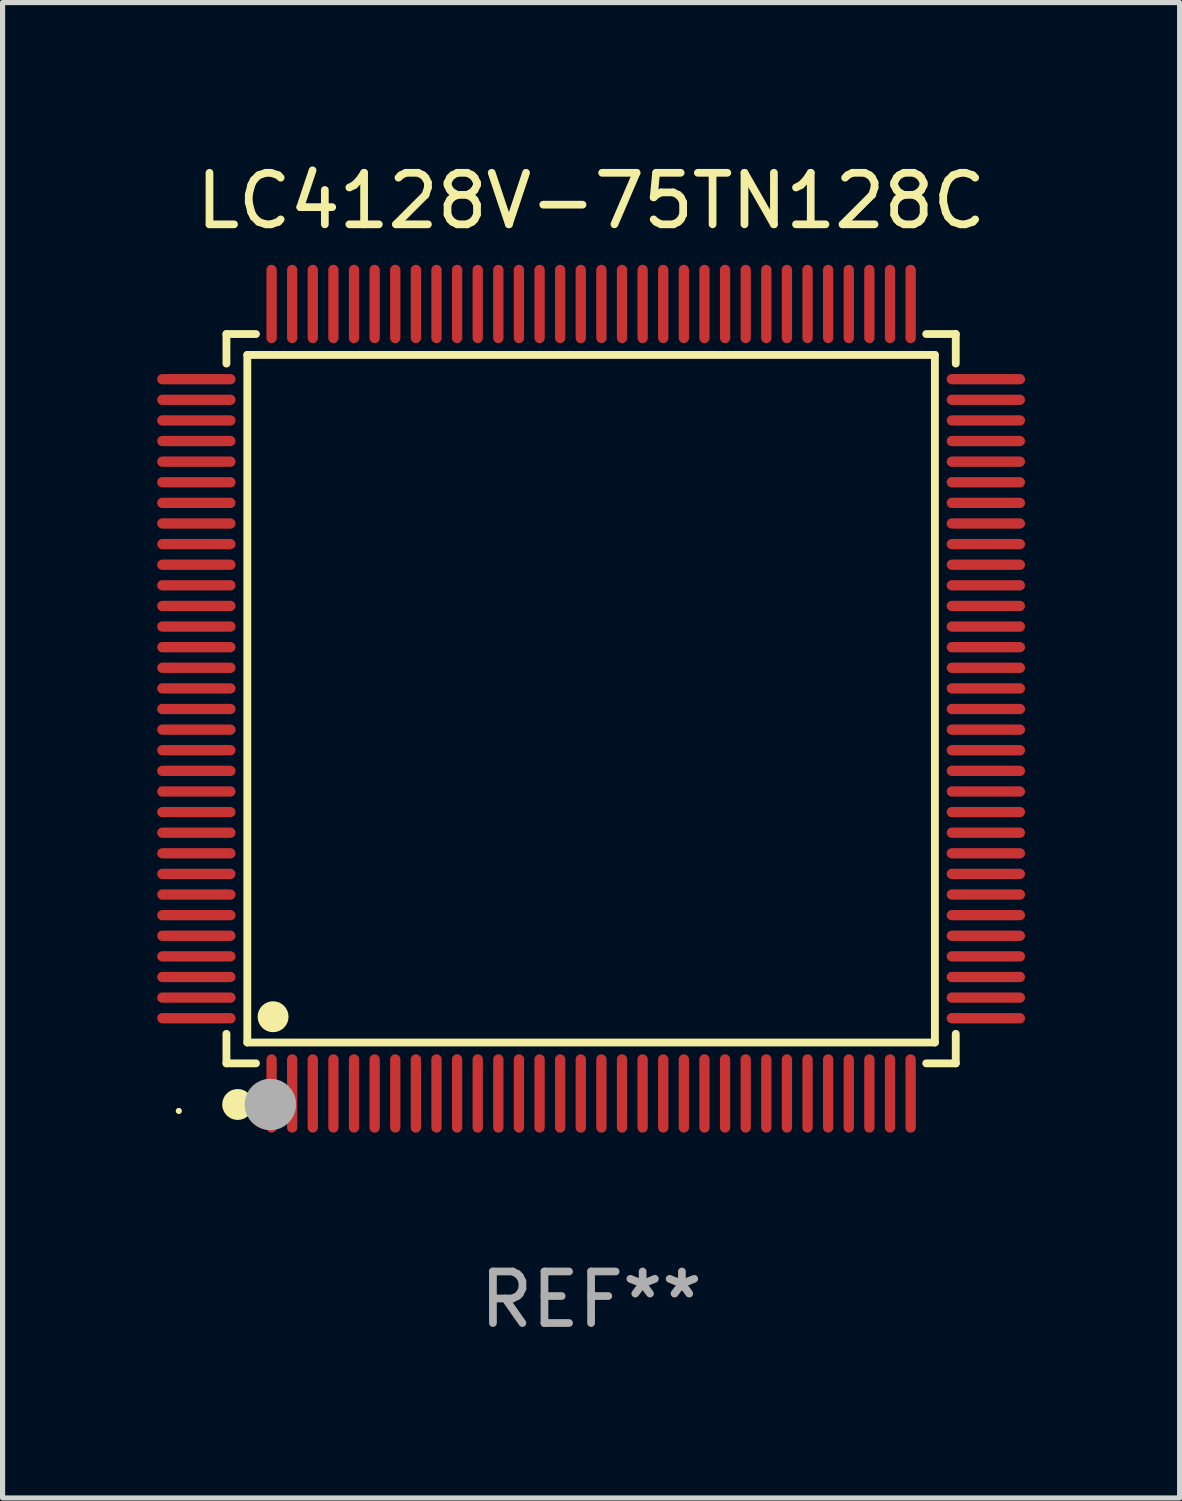
<source format=kicad_pcb>
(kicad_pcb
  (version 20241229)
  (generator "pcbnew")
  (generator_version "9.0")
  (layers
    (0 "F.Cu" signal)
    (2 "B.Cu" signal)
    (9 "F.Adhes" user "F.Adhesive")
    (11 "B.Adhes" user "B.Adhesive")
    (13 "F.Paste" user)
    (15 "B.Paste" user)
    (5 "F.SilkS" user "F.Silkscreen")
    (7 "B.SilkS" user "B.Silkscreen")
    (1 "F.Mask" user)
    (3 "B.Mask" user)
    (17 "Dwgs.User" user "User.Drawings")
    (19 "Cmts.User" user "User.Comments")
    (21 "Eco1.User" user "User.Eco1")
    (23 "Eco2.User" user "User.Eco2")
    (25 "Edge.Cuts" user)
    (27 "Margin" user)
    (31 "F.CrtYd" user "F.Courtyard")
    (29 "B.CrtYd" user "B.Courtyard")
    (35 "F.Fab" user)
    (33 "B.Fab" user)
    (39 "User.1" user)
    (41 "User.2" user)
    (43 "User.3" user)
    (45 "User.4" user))
  (footprint "LC4128V-75TN128C"
    (layer "F.Cu")
    (at 8.42 10.508)
    (property "Reference" "LC4128V-75TN128C" (at 0 -9.66 0) (layer "F.SilkS") (effects (font (size 1 1) (thickness 0.15))))
    (attr through_hole)
    (fp_line (start -7.076 -7.076) (end -6.503 -7.076) (stroke (width 0.152) (type solid)) (layer "F.SilkS"))
    (fp_line (start -7.076 -6.503) (end -7.076 -7.076) (stroke (width 0.152) (type solid)) (layer "F.SilkS"))
    (fp_line (start -7.076 6.503) (end -7.076 7.076) (stroke (width 0.152) (type solid)) (layer "F.SilkS"))
    (fp_line (start -7.076 7.076) (end -6.503 7.076) (stroke (width 0.152) (type solid)) (layer "F.SilkS"))
    (fp_line (start -6.671 -6.671) (end 6.671 -6.671) (stroke (width 0.152) (type solid)) (layer "F.SilkS"))
    (fp_line (start -6.671 6.671) (end -6.671 -6.671) (stroke (width 0.152) (type solid)) (layer "F.SilkS"))
    (fp_line (start 6.671 -6.671) (end 6.671 6.671) (stroke (width 0.152) (type solid)) (layer "F.SilkS"))
    (fp_line (start 6.671 6.671) (end -6.671 6.671) (stroke (width 0.152) (type solid)) (layer "F.SilkS"))
    (fp_line (start 7.076 -7.076) (end 6.503 -7.076) (stroke (width 0.152) (type solid)) (layer "F.SilkS"))
    (fp_line (start 7.076 -6.503) (end 7.076 -7.076) (stroke (width 0.152) (type solid)) (layer "F.SilkS"))
    (fp_line (start 7.076 6.503) (end 7.076 7.076) (stroke (width 0.152) (type solid)) (layer "F.SilkS"))
    (fp_line (start 7.076 7.076) (end 6.503 7.076) (stroke (width 0.152) (type solid)) (layer "F.SilkS"))
    (fp_circle (center -8 8) (end -7.97 8) (stroke (width 0.06) (type solid)) (fill no) (layer "F.SilkS"))
    (fp_circle (center -6.858 7.874) (end -6.708 7.874) (stroke (width 0.3) (type solid)) (fill no) (layer "F.SilkS"))
    (fp_circle (center -6.171 6.171) (end -6.021 6.171) (stroke (width 0.3) (type solid)) (fill no) (layer "F.SilkS"))
    (fp_circle (center -6.223 7.874) (end -5.973 7.874) (stroke (width 0.5) (type solid)) (fill no) (layer "F.Fab"))
    (fp_text user "REF**" (at 0 11.66 0) (layer "F.Fab") (effects (font (size 1 1) (thickness 0.15))))
    (pad "1" smd oval (at -6.2 7.66) (size 0.2 1.52) (layers "F.Cu" "F.Mask" "F.Paste"))
    (pad "2" smd oval (at -5.8 7.66) (size 0.2 1.52) (layers "F.Cu" "F.Mask" "F.Paste"))
    (pad "3" smd oval (at -5.4 7.66) (size 0.2 1.52) (layers "F.Cu" "F.Mask" "F.Paste"))
    (pad "4" smd oval (at -5 7.66) (size 0.2 1.52) (layers "F.Cu" "F.Mask" "F.Paste"))
    (pad "5" smd oval (at -4.6 7.66) (size 0.2 1.52) (layers "F.Cu" "F.Mask" "F.Paste"))
    (pad "6" smd oval (at -4.2 7.66) (size 0.2 1.52) (layers "F.Cu" "F.Mask" "F.Paste"))
    (pad "7" smd oval (at -3.8 7.66) (size 0.2 1.52) (layers "F.Cu" "F.Mask" "F.Paste"))
    (pad "8" smd oval (at -3.4 7.66) (size 0.2 1.52) (layers "F.Cu" "F.Mask" "F.Paste"))
    (pad "9" smd oval (at -3 7.66) (size 0.2 1.52) (layers "F.Cu" "F.Mask" "F.Paste"))
    (pad "10" smd oval (at -2.6 7.66) (size 0.2 1.52) (layers "F.Cu" "F.Mask" "F.Paste"))
    (pad "11" smd oval (at -2.2 7.66) (size 0.2 1.52) (layers "F.Cu" "F.Mask" "F.Paste"))
    (pad "12" smd oval (at -1.8 7.66) (size 0.2 1.52) (layers "F.Cu" "F.Mask" "F.Paste"))
    (pad "13" smd oval (at -1.4 7.66) (size 0.2 1.52) (layers "F.Cu" "F.Mask" "F.Paste"))
    (pad "14" smd oval (at -1 7.66) (size 0.2 1.52) (layers "F.Cu" "F.Mask" "F.Paste"))
    (pad "15" smd oval (at -0.6 7.66) (size 0.2 1.52) (layers "F.Cu" "F.Mask" "F.Paste"))
    (pad "16" smd oval (at -0.2 7.66) (size 0.2 1.52) (layers "F.Cu" "F.Mask" "F.Paste"))
    (pad "17" smd oval (at 0.2 7.66) (size 0.2 1.52) (layers "F.Cu" "F.Mask" "F.Paste"))
    (pad "18" smd oval (at 0.6 7.66) (size 0.2 1.52) (layers "F.Cu" "F.Mask" "F.Paste"))
    (pad "19" smd oval (at 1 7.66) (size 0.2 1.52) (layers "F.Cu" "F.Mask" "F.Paste"))
    (pad "20" smd oval (at 1.4 7.66) (size 0.2 1.52) (layers "F.Cu" "F.Mask" "F.Paste"))
    (pad "21" smd oval (at 1.8 7.66) (size 0.2 1.52) (layers "F.Cu" "F.Mask" "F.Paste"))
    (pad "22" smd oval (at 2.2 7.66) (size 0.2 1.52) (layers "F.Cu" "F.Mask" "F.Paste"))
    (pad "23" smd oval (at 2.6 7.66) (size 0.2 1.52) (layers "F.Cu" "F.Mask" "F.Paste"))
    (pad "24" smd oval (at 3 7.66) (size 0.2 1.52) (layers "F.Cu" "F.Mask" "F.Paste"))
    (pad "25" smd oval (at 3.4 7.66) (size 0.2 1.52) (layers "F.Cu" "F.Mask" "F.Paste"))
    (pad "26" smd oval (at 3.8 7.66) (size 0.2 1.52) (layers "F.Cu" "F.Mask" "F.Paste"))
    (pad "27" smd oval (at 4.2 7.66) (size 0.2 1.52) (layers "F.Cu" "F.Mask" "F.Paste"))
    (pad "28" smd oval (at 4.6 7.66) (size 0.2 1.52) (layers "F.Cu" "F.Mask" "F.Paste"))
    (pad "29" smd oval (at 5 7.66) (size 0.2 1.52) (layers "F.Cu" "F.Mask" "F.Paste"))
    (pad "30" smd oval (at 5.4 7.66) (size 0.2 1.52) (layers "F.Cu" "F.Mask" "F.Paste"))
    (pad "31" smd oval (at 5.8 7.66) (size 0.2 1.52) (layers "F.Cu" "F.Mask" "F.Paste"))
    (pad "32" smd oval (at 6.2 7.66) (size 0.2 1.52) (layers "F.Cu" "F.Mask" "F.Paste"))
    (pad "33" smd oval (at 7.66 6.2) (size 1.52 0.2) (layers "F.Cu" "F.Mask" "F.Paste"))
    (pad "34" smd oval (at 7.66 5.8) (size 1.52 0.2) (layers "F.Cu" "F.Mask" "F.Paste"))
    (pad "35" smd oval (at 7.66 5.4) (size 1.52 0.2) (layers "F.Cu" "F.Mask" "F.Paste"))
    (pad "36" smd oval (at 7.66 5) (size 1.52 0.2) (layers "F.Cu" "F.Mask" "F.Paste"))
    (pad "37" smd oval (at 7.66 4.6) (size 1.52 0.2) (layers "F.Cu" "F.Mask" "F.Paste"))
    (pad "38" smd oval (at 7.66 4.2) (size 1.52 0.2) (layers "F.Cu" "F.Mask" "F.Paste"))
    (pad "39" smd oval (at 7.66 3.8) (size 1.52 0.2) (layers "F.Cu" "F.Mask" "F.Paste"))
    (pad "40" smd oval (at 7.66 3.4) (size 1.52 0.2) (layers "F.Cu" "F.Mask" "F.Paste"))
    (pad "41" smd oval (at 7.66 3) (size 1.52 0.2) (layers "F.Cu" "F.Mask" "F.Paste"))
    (pad "42" smd oval (at 7.66 2.6) (size 1.52 0.2) (layers "F.Cu" "F.Mask" "F.Paste"))
    (pad "43" smd oval (at 7.66 2.2) (size 1.52 0.2) (layers "F.Cu" "F.Mask" "F.Paste"))
    (pad "44" smd oval (at 7.66 1.8) (size 1.52 0.2) (layers "F.Cu" "F.Mask" "F.Paste"))
    (pad "45" smd oval (at 7.66 1.4) (size 1.52 0.2) (layers "F.Cu" "F.Mask" "F.Paste"))
    (pad "46" smd oval (at 7.66 1) (size 1.52 0.2) (layers "F.Cu" "F.Mask" "F.Paste"))
    (pad "47" smd oval (at 7.66 0.6) (size 1.52 0.2) (layers "F.Cu" "F.Mask" "F.Paste"))
    (pad "48" smd oval (at 7.66 0.2) (size 1.52 0.2) (layers "F.Cu" "F.Mask" "F.Paste"))
    (pad "49" smd oval (at 7.66 -0.2) (size 1.52 0.2) (layers "F.Cu" "F.Mask" "F.Paste"))
    (pad "50" smd oval (at 7.66 -0.6) (size 1.52 0.2) (layers "F.Cu" "F.Mask" "F.Paste"))
    (pad "51" smd oval (at 7.66 -1) (size 1.52 0.2) (layers "F.Cu" "F.Mask" "F.Paste"))
    (pad "52" smd oval (at 7.66 -1.4) (size 1.52 0.2) (layers "F.Cu" "F.Mask" "F.Paste"))
    (pad "53" smd oval (at 7.66 -1.8) (size 1.52 0.2) (layers "F.Cu" "F.Mask" "F.Paste"))
    (pad "54" smd oval (at 7.66 -2.2) (size 1.52 0.2) (layers "F.Cu" "F.Mask" "F.Paste"))
    (pad "55" smd oval (at 7.66 -2.6) (size 1.52 0.2) (layers "F.Cu" "F.Mask" "F.Paste"))
    (pad "56" smd oval (at 7.66 -3) (size 1.52 0.2) (layers "F.Cu" "F.Mask" "F.Paste"))
    (pad "57" smd oval (at 7.66 -3.4) (size 1.52 0.2) (layers "F.Cu" "F.Mask" "F.Paste"))
    (pad "58" smd oval (at 7.66 -3.8) (size 1.52 0.2) (layers "F.Cu" "F.Mask" "F.Paste"))
    (pad "59" smd oval (at 7.66 -4.2) (size 1.52 0.2) (layers "F.Cu" "F.Mask" "F.Paste"))
    (pad "60" smd oval (at 7.66 -4.6) (size 1.52 0.2) (layers "F.Cu" "F.Mask" "F.Paste"))
    (pad "61" smd oval (at 7.66 -5) (size 1.52 0.2) (layers "F.Cu" "F.Mask" "F.Paste"))
    (pad "62" smd oval (at 7.66 -5.4) (size 1.52 0.2) (layers "F.Cu" "F.Mask" "F.Paste"))
    (pad "63" smd oval (at 7.66 -5.8) (size 1.52 0.2) (layers "F.Cu" "F.Mask" "F.Paste"))
    (pad "64" smd oval (at 7.66 -6.2) (size 1.52 0.2) (layers "F.Cu" "F.Mask" "F.Paste"))
    (pad "65" smd oval (at 6.2 -7.66) (size 0.2 1.52) (layers "F.Cu" "F.Mask" "F.Paste"))
    (pad "66" smd oval (at 5.8 -7.66) (size 0.2 1.52) (layers "F.Cu" "F.Mask" "F.Paste"))
    (pad "67" smd oval (at 5.4 -7.66) (size 0.2 1.52) (layers "F.Cu" "F.Mask" "F.Paste"))
    (pad "68" smd oval (at 5 -7.66) (size 0.2 1.52) (layers "F.Cu" "F.Mask" "F.Paste"))
    (pad "69" smd oval (at 4.6 -7.66) (size 0.2 1.52) (layers "F.Cu" "F.Mask" "F.Paste"))
    (pad "70" smd oval (at 4.2 -7.66) (size 0.2 1.52) (layers "F.Cu" "F.Mask" "F.Paste"))
    (pad "71" smd oval (at 3.8 -7.66) (size 0.2 1.52) (layers "F.Cu" "F.Mask" "F.Paste"))
    (pad "72" smd oval (at 3.4 -7.66) (size 0.2 1.52) (layers "F.Cu" "F.Mask" "F.Paste"))
    (pad "73" smd oval (at 3 -7.66) (size 0.2 1.52) (layers "F.Cu" "F.Mask" "F.Paste"))
    (pad "74" smd oval (at 2.6 -7.66) (size 0.2 1.52) (layers "F.Cu" "F.Mask" "F.Paste"))
    (pad "75" smd oval (at 2.2 -7.66) (size 0.2 1.52) (layers "F.Cu" "F.Mask" "F.Paste"))
    (pad "76" smd oval (at 1.8 -7.66) (size 0.2 1.52) (layers "F.Cu" "F.Mask" "F.Paste"))
    (pad "77" smd oval (at 1.4 -7.66) (size 0.2 1.52) (layers "F.Cu" "F.Mask" "F.Paste"))
    (pad "78" smd oval (at 1 -7.66) (size 0.2 1.52) (layers "F.Cu" "F.Mask" "F.Paste"))
    (pad "79" smd oval (at 0.6 -7.66) (size 0.2 1.52) (layers "F.Cu" "F.Mask" "F.Paste"))
    (pad "80" smd oval (at 0.2 -7.66) (size 0.2 1.52) (layers "F.Cu" "F.Mask" "F.Paste"))
    (pad "81" smd oval (at -0.2 -7.66) (size 0.2 1.52) (layers "F.Cu" "F.Mask" "F.Paste"))
    (pad "82" smd oval (at -0.6 -7.66) (size 0.2 1.52) (layers "F.Cu" "F.Mask" "F.Paste"))
    (pad "83" smd oval (at -1 -7.66) (size 0.2 1.52) (layers "F.Cu" "F.Mask" "F.Paste"))
    (pad "84" smd oval (at -1.4 -7.66) (size 0.2 1.52) (layers "F.Cu" "F.Mask" "F.Paste"))
    (pad "85" smd oval (at -1.8 -7.66) (size 0.2 1.52) (layers "F.Cu" "F.Mask" "F.Paste"))
    (pad "86" smd oval (at -2.2 -7.66) (size 0.2 1.52) (layers "F.Cu" "F.Mask" "F.Paste"))
    (pad "87" smd oval (at -2.6 -7.66) (size 0.2 1.52) (layers "F.Cu" "F.Mask" "F.Paste"))
    (pad "88" smd oval (at -3 -7.66) (size 0.2 1.52) (layers "F.Cu" "F.Mask" "F.Paste"))
    (pad "89" smd oval (at -3.4 -7.66) (size 0.2 1.52) (layers "F.Cu" "F.Mask" "F.Paste"))
    (pad "90" smd oval (at -3.8 -7.66) (size 0.2 1.52) (layers "F.Cu" "F.Mask" "F.Paste"))
    (pad "91" smd oval (at -4.2 -7.66) (size 0.2 1.52) (layers "F.Cu" "F.Mask" "F.Paste"))
    (pad "92" smd oval (at -4.6 -7.66) (size 0.2 1.52) (layers "F.Cu" "F.Mask" "F.Paste"))
    (pad "93" smd oval (at -5 -7.66) (size 0.2 1.52) (layers "F.Cu" "F.Mask" "F.Paste"))
    (pad "94" smd oval (at -5.4 -7.66) (size 0.2 1.52) (layers "F.Cu" "F.Mask" "F.Paste"))
    (pad "95" smd oval (at -5.8 -7.66) (size 0.2 1.52) (layers "F.Cu" "F.Mask" "F.Paste"))
    (pad "96" smd oval (at -6.2 -7.66) (size 0.2 1.52) (layers "F.Cu" "F.Mask" "F.Paste"))
    (pad "97" smd oval (at -7.66 -6.2) (size 1.52 0.2) (layers "F.Cu" "F.Mask" "F.Paste"))
    (pad "98" smd oval (at -7.66 -5.8) (size 1.52 0.2) (layers "F.Cu" "F.Mask" "F.Paste"))
    (pad "99" smd oval (at -7.66 -5.4) (size 1.52 0.2) (layers "F.Cu" "F.Mask" "F.Paste"))
    (pad "100" smd oval (at -7.66 -5) (size 1.52 0.2) (layers "F.Cu" "F.Mask" "F.Paste"))
    (pad "101" smd oval (at -7.66 -4.6) (size 1.52 0.2) (layers "F.Cu" "F.Mask" "F.Paste"))
    (pad "102" smd oval (at -7.66 -4.2) (size 1.52 0.2) (layers "F.Cu" "F.Mask" "F.Paste"))
    (pad "103" smd oval (at -7.66 -3.8) (size 1.52 0.2) (layers "F.Cu" "F.Mask" "F.Paste"))
    (pad "104" smd oval (at -7.66 -3.4) (size 1.52 0.2) (layers "F.Cu" "F.Mask" "F.Paste"))
    (pad "105" smd oval (at -7.66 -3) (size 1.52 0.2) (layers "F.Cu" "F.Mask" "F.Paste"))
    (pad "106" smd oval (at -7.66 -2.6) (size 1.52 0.2) (layers "F.Cu" "F.Mask" "F.Paste"))
    (pad "107" smd oval (at -7.66 -2.2) (size 1.52 0.2) (layers "F.Cu" "F.Mask" "F.Paste"))
    (pad "108" smd oval (at -7.66 -1.8) (size 1.52 0.2) (layers "F.Cu" "F.Mask" "F.Paste"))
    (pad "109" smd oval (at -7.66 -1.4) (size 1.52 0.2) (layers "F.Cu" "F.Mask" "F.Paste"))
    (pad "110" smd oval (at -7.66 -1) (size 1.52 0.2) (layers "F.Cu" "F.Mask" "F.Paste"))
    (pad "111" smd oval (at -7.66 -0.6) (size 1.52 0.2) (layers "F.Cu" "F.Mask" "F.Paste"))
    (pad "112" smd oval (at -7.66 -0.2) (size 1.52 0.2) (layers "F.Cu" "F.Mask" "F.Paste"))
    (pad "113" smd oval (at -7.66 0.2) (size 1.52 0.2) (layers "F.Cu" "F.Mask" "F.Paste"))
    (pad "114" smd oval (at -7.66 0.6) (size 1.52 0.2) (layers "F.Cu" "F.Mask" "F.Paste"))
    (pad "115" smd oval (at -7.66 1) (size 1.52 0.2) (layers "F.Cu" "F.Mask" "F.Paste"))
    (pad "116" smd oval (at -7.66 1.4) (size 1.52 0.2) (layers "F.Cu" "F.Mask" "F.Paste"))
    (pad "117" smd oval (at -7.66 1.8) (size 1.52 0.2) (layers "F.Cu" "F.Mask" "F.Paste"))
    (pad "118" smd oval (at -7.66 2.2) (size 1.52 0.2) (layers "F.Cu" "F.Mask" "F.Paste"))
    (pad "119" smd oval (at -7.66 2.6) (size 1.52 0.2) (layers "F.Cu" "F.Mask" "F.Paste"))
    (pad "120" smd oval (at -7.66 3) (size 1.52 0.2) (layers "F.Cu" "F.Mask" "F.Paste"))
    (pad "121" smd oval (at -7.66 3.4) (size 1.52 0.2) (layers "F.Cu" "F.Mask" "F.Paste"))
    (pad "122" smd oval (at -7.66 3.8) (size 1.52 0.2) (layers "F.Cu" "F.Mask" "F.Paste"))
    (pad "123" smd oval (at -7.66 4.2) (size 1.52 0.2) (layers "F.Cu" "F.Mask" "F.Paste"))
    (pad "124" smd oval (at -7.66 4.6) (size 1.52 0.2) (layers "F.Cu" "F.Mask" "F.Paste"))
    (pad "125" smd oval (at -7.66 5) (size 1.52 0.2) (layers "F.Cu" "F.Mask" "F.Paste"))
    (pad "126" smd oval (at -7.66 5.4) (size 1.52 0.2) (layers "F.Cu" "F.Mask" "F.Paste"))
    (pad "127" smd oval (at -7.66 5.8) (size 1.52 0.2) (layers "F.Cu" "F.Mask" "F.Paste"))
    (pad "128" smd oval (at -7.66 6.2) (size 1.52 0.2) (layers "F.Cu" "F.Mask" "F.Paste")))
  (gr_rect
    (start -3 -3)
    (end 19.84 26.017)
    (stroke (width 0.1) (type default))
    (fill no)
    (layer "Edge.Cuts")))
</source>
